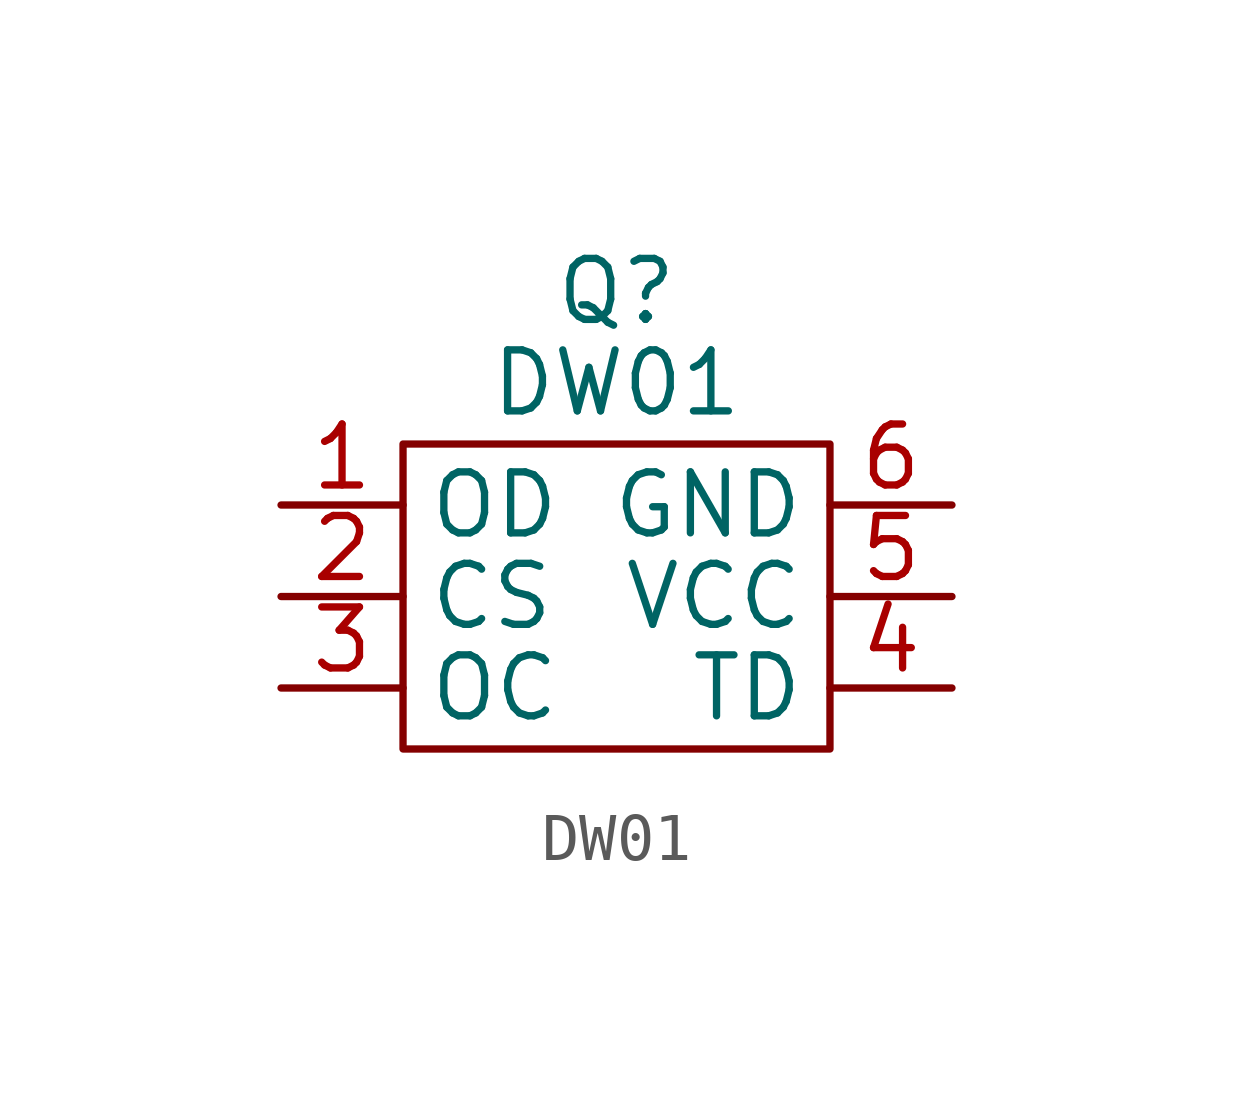
<source format=kicad_sym>
(kicad_symbol_lib
  (version 20220914)
  (generator kicad_symbol_editor)
  (symbol "DW01"
    (property "Reference" "Q"
      (at 3.175 3.175 0)
      (effects (font (size 1.27 1.27))))
    (property "Value" "DW01"
      (at 3.175 1.27 0)
      (effects (font (size 1.27 1.27))))
    (symbol "DW01_0_1"
      (rectangle (start -1.27 0) (end 7.62 -6.35) (stroke (width 0) (type default)) (fill (type none))))
    (symbol "DW01_1_1"
      (pin power_out line (at -3.81 -1.27 0) (length 2.54) (name "OD" (effects (font (size 1.27 1.27)))) (number "1" (effects (font (size 1.27 1.27)))))
      (pin power_out line (at -3.81 -3.175 0) (length 2.54) (name "CS" (effects (font (size 1.27 1.27)))) (number "2" (effects (font (size 1.27 1.27)))))
      (pin power_out line (at -3.81 -5.08 0) (length 2.54) (name "OC" (effects (font (size 1.27 1.27)))) (number "3" (effects (font (size 1.27 1.27)))))
      (pin power_out line (at 10.16 -5.08 180) (length 2.54) (name "TD" (effects (font (size 1.27 1.27)))) (number "4" (effects (font (size 1.27 1.27)))))
      (pin power_out line (at 10.16 -3.175 180) (length 2.54) (name "VCC" (effects (font (size 1.27 1.27)))) (number "5" (effects (font (size 1.27 1.27)))))
      (pin power_out line (at 10.16 -1.27 180) (length 2.54) (name "GND" (effects (font (size 1.27 1.27)))) (number "6" (effects (font (size 1.27 1.27))))))))
</source>
